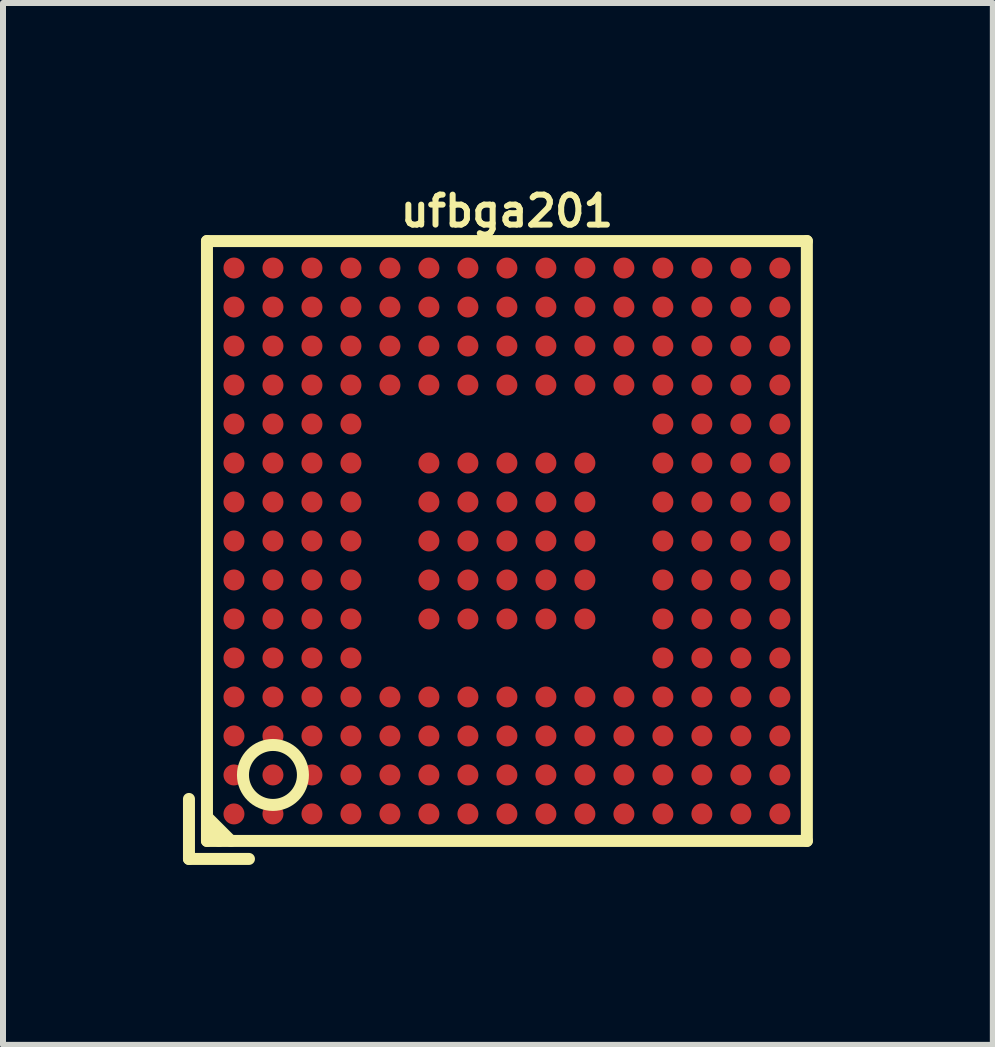
<source format=kicad_pcb>
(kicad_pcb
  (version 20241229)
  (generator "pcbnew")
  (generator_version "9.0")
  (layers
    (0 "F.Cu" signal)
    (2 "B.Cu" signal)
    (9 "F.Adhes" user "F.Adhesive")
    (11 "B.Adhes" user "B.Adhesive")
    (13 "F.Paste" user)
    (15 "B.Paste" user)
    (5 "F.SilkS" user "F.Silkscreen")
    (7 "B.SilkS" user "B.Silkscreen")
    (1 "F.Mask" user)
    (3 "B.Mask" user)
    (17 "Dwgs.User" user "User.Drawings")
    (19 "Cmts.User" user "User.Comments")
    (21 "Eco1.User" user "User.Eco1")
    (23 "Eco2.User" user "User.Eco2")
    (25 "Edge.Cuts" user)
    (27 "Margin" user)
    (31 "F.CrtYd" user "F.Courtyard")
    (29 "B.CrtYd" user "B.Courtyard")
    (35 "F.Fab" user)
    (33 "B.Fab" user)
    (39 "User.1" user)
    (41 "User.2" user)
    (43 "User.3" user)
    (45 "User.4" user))
  (footprint "ufbga201"
    (layer "F.Cu")
    (at 5.4 5.968)
    (property "Reference" "ufbga201" (at 0 -5.5 0) (layer "F.SilkS") (effects (font (size 0.5 0.5) (thickness 0.1))))
    (attr through_hole)
    (fp_line (start -5.3 5.3) (end -5.3 4.3) (stroke (width 0.2) (type solid)) (layer "F.SilkS"))
    (fp_line (start -5 -5) (end -5 5) (stroke (width 0.2) (type solid)) (layer "F.SilkS"))
    (fp_line (start -5 4.6) (end -4.6 5) (stroke (width 0.2) (type solid)) (layer "F.SilkS"))
    (fp_line (start -5 5) (end 5 5) (stroke (width 0.2) (type solid)) (layer "F.SilkS"))
    (fp_line (start -4.8 5) (end -5 4.8) (stroke (width 0.2) (type solid)) (layer "F.SilkS"))
    (fp_line (start -4.3 5.3) (end -5.3 5.3) (stroke (width 0.2) (type solid)) (layer "F.SilkS"))
    (fp_line (start 5 -5) (end -5 -5) (stroke (width 0.2) (type solid)) (layer "F.SilkS"))
    (fp_line (start 5 5) (end 5 -5) (stroke (width 0.2) (type solid)) (layer "F.SilkS"))
    (fp_circle (center -3.9 3.9) (end -4.3 4.2) (stroke (width 0.2) (type solid)) (fill no) (layer "F.SilkS"))
    (pad "A1" smd circle (at -4.55 4.55) (size 0.35 0.35) (layers "F.Cu" "F.Mask" "F.Paste"))
    (pad "A2" smd circle (at -4.55 3.9) (size 0.35 0.35) (layers "F.Cu" "F.Mask" "F.Paste"))
    (pad "A3" smd circle (at -4.55 3.25) (size 0.35 0.35) (layers "F.Cu" "F.Mask" "F.Paste"))
    (pad "A4" smd circle (at -4.55 2.6) (size 0.35 0.35) (layers "F.Cu" "F.Mask" "F.Paste"))
    (pad "A5" smd circle (at -4.55 1.95) (size 0.35 0.35) (layers "F.Cu" "F.Mask" "F.Paste"))
    (pad "A6" smd circle (at -4.55 1.3) (size 0.35 0.35) (layers "F.Cu" "F.Mask" "F.Paste"))
    (pad "A7" smd circle (at -4.55 0.65) (size 0.35 0.35) (layers "F.Cu" "F.Mask" "F.Paste"))
    (pad "A8" smd circle (at -4.55 0) (size 0.35 0.35) (layers "F.Cu" "F.Mask" "F.Paste"))
    (pad "A9" smd circle (at -4.55 -0.65) (size 0.35 0.35) (layers "F.Cu" "F.Mask" "F.Paste"))
    (pad "A10" smd circle (at -4.55 -1.3) (size 0.35 0.35) (layers "F.Cu" "F.Mask" "F.Paste"))
    (pad "A11" smd circle (at -4.55 -1.95) (size 0.35 0.35) (layers "F.Cu" "F.Mask" "F.Paste"))
    (pad "A12" smd circle (at -4.55 -2.6) (size 0.35 0.35) (layers "F.Cu" "F.Mask" "F.Paste"))
    (pad "A13" smd circle (at -4.55 -3.25) (size 0.35 0.35) (layers "F.Cu" "F.Mask" "F.Paste"))
    (pad "A14" smd circle (at -4.55 -3.9) (size 0.35 0.35) (layers "F.Cu" "F.Mask" "F.Paste"))
    (pad "A15" smd circle (at -4.55 -4.55) (size 0.35 0.35) (layers "F.Cu" "F.Mask" "F.Paste"))
    (pad "B1" smd circle (at -3.9 4.55) (size 0.35 0.35) (layers "F.Cu" "F.Mask" "F.Paste"))
    (pad "B2" smd circle (at -3.9 3.9) (size 0.35 0.35) (layers "F.Cu" "F.Mask" "F.Paste"))
    (pad "B3" smd circle (at -3.9 3.25) (size 0.35 0.35) (layers "F.Cu" "F.Mask" "F.Paste"))
    (pad "B4" smd circle (at -3.9 2.6) (size 0.35 0.35) (layers "F.Cu" "F.Mask" "F.Paste"))
    (pad "B5" smd circle (at -3.9 1.95) (size 0.35 0.35) (layers "F.Cu" "F.Mask" "F.Paste"))
    (pad "B6" smd circle (at -3.9 1.3) (size 0.35 0.35) (layers "F.Cu" "F.Mask" "F.Paste"))
    (pad "B7" smd circle (at -3.9 0.65) (size 0.35 0.35) (layers "F.Cu" "F.Mask" "F.Paste"))
    (pad "B8" smd circle (at -3.9 0) (size 0.35 0.35) (layers "F.Cu" "F.Mask" "F.Paste"))
    (pad "B9" smd circle (at -3.9 -0.65) (size 0.35 0.35) (layers "F.Cu" "F.Mask" "F.Paste"))
    (pad "B10" smd circle (at -3.9 -1.3) (size 0.35 0.35) (layers "F.Cu" "F.Mask" "F.Paste"))
    (pad "B11" smd circle (at -3.9 -1.95) (size 0.35 0.35) (layers "F.Cu" "F.Mask" "F.Paste"))
    (pad "B12" smd circle (at -3.9 -2.6) (size 0.35 0.35) (layers "F.Cu" "F.Mask" "F.Paste"))
    (pad "B13" smd circle (at -3.9 -3.25) (size 0.35 0.35) (layers "F.Cu" "F.Mask" "F.Paste"))
    (pad "B14" smd circle (at -3.9 -3.9) (size 0.35 0.35) (layers "F.Cu" "F.Mask" "F.Paste"))
    (pad "B15" smd circle (at -3.9 -4.55) (size 0.35 0.35) (layers "F.Cu" "F.Mask" "F.Paste"))
    (pad "C1" smd circle (at -3.25 4.55) (size 0.35 0.35) (layers "F.Cu" "F.Mask" "F.Paste"))
    (pad "C2" smd circle (at -3.25 3.9) (size 0.35 0.35) (layers "F.Cu" "F.Mask" "F.Paste"))
    (pad "C3" smd circle (at -3.25 3.25) (size 0.35 0.35) (layers "F.Cu" "F.Mask" "F.Paste"))
    (pad "C4" smd circle (at -3.25 2.6) (size 0.35 0.35) (layers "F.Cu" "F.Mask" "F.Paste"))
    (pad "C5" smd circle (at -3.25 1.95) (size 0.35 0.35) (layers "F.Cu" "F.Mask" "F.Paste"))
    (pad "C6" smd circle (at -3.25 1.3) (size 0.35 0.35) (layers "F.Cu" "F.Mask" "F.Paste"))
    (pad "C7" smd circle (at -3.25 0.65) (size 0.35 0.35) (layers "F.Cu" "F.Mask" "F.Paste"))
    (pad "C8" smd circle (at -3.25 0) (size 0.35 0.35) (layers "F.Cu" "F.Mask" "F.Paste"))
    (pad "C9" smd circle (at -3.25 -0.65) (size 0.35 0.35) (layers "F.Cu" "F.Mask" "F.Paste"))
    (pad "C10" smd circle (at -3.25 -1.3) (size 0.35 0.35) (layers "F.Cu" "F.Mask" "F.Paste"))
    (pad "C11" smd circle (at -3.25 -1.95) (size 0.35 0.35) (layers "F.Cu" "F.Mask" "F.Paste"))
    (pad "C12" smd circle (at -3.25 -2.6) (size 0.35 0.35) (layers "F.Cu" "F.Mask" "F.Paste"))
    (pad "C13" smd circle (at -3.25 -3.25) (size 0.35 0.35) (layers "F.Cu" "F.Mask" "F.Paste"))
    (pad "C14" smd circle (at -3.25 -3.9) (size 0.35 0.35) (layers "F.Cu" "F.Mask" "F.Paste"))
    (pad "C15" smd circle (at -3.25 -4.55) (size 0.35 0.35) (layers "F.Cu" "F.Mask" "F.Paste"))
    (pad "D1" smd circle (at -2.6 4.55) (size 0.35 0.35) (layers "F.Cu" "F.Mask" "F.Paste"))
    (pad "D2" smd circle (at -2.6 3.9) (size 0.35 0.35) (layers "F.Cu" "F.Mask" "F.Paste"))
    (pad "D3" smd circle (at -2.6 3.25) (size 0.35 0.35) (layers "F.Cu" "F.Mask" "F.Paste"))
    (pad "D4" smd circle (at -2.6 2.6) (size 0.35 0.35) (layers "F.Cu" "F.Mask" "F.Paste"))
    (pad "D5" smd circle (at -2.6 1.95) (size 0.35 0.35) (layers "F.Cu" "F.Mask" "F.Paste"))
    (pad "D6" smd circle (at -2.6 1.3) (size 0.35 0.35) (layers "F.Cu" "F.Mask" "F.Paste"))
    (pad "D7" smd circle (at -2.6 0.65) (size 0.35 0.35) (layers "F.Cu" "F.Mask" "F.Paste"))
    (pad "D8" smd circle (at -2.6 0) (size 0.35 0.35) (layers "F.Cu" "F.Mask" "F.Paste"))
    (pad "D9" smd circle (at -2.6 -0.65) (size 0.35 0.35) (layers "F.Cu" "F.Mask" "F.Paste"))
    (pad "D10" smd circle (at -2.6 -1.3) (size 0.35 0.35) (layers "F.Cu" "F.Mask" "F.Paste"))
    (pad "D11" smd circle (at -2.6 -1.95) (size 0.35 0.35) (layers "F.Cu" "F.Mask" "F.Paste"))
    (pad "D12" smd circle (at -2.6 -2.6) (size 0.35 0.35) (layers "F.Cu" "F.Mask" "F.Paste"))
    (pad "D13" smd circle (at -2.6 -3.25) (size 0.35 0.35) (layers "F.Cu" "F.Mask" "F.Paste"))
    (pad "D14" smd circle (at -2.6 -3.9) (size 0.35 0.35) (layers "F.Cu" "F.Mask" "F.Paste"))
    (pad "D15" smd circle (at -2.6 -4.55) (size 0.35 0.35) (layers "F.Cu" "F.Mask" "F.Paste"))
    (pad "E1" smd circle (at -1.95 4.55) (size 0.35 0.35) (layers "F.Cu" "F.Mask" "F.Paste"))
    (pad "E2" smd circle (at -1.95 3.9) (size 0.35 0.35) (layers "F.Cu" "F.Mask" "F.Paste"))
    (pad "E3" smd circle (at -1.95 3.25) (size 0.35 0.35) (layers "F.Cu" "F.Mask" "F.Paste"))
    (pad "E4" smd circle (at -1.95 2.6) (size 0.35 0.35) (layers "F.Cu" "F.Mask" "F.Paste"))
    (pad "E12" smd circle (at -1.95 -2.6) (size 0.35 0.35) (layers "F.Cu" "F.Mask" "F.Paste"))
    (pad "E13" smd circle (at -1.95 -3.25) (size 0.35 0.35) (layers "F.Cu" "F.Mask" "F.Paste"))
    (pad "E14" smd circle (at -1.95 -3.9) (size 0.35 0.35) (layers "F.Cu" "F.Mask" "F.Paste"))
    (pad "E15" smd circle (at -1.95 -4.55) (size 0.35 0.35) (layers "F.Cu" "F.Mask" "F.Paste"))
    (pad "F1" smd circle (at -1.3 4.55) (size 0.35 0.35) (layers "F.Cu" "F.Mask" "F.Paste"))
    (pad "F2" smd circle (at -1.3 3.9) (size 0.35 0.35) (layers "F.Cu" "F.Mask" "F.Paste"))
    (pad "F3" smd circle (at -1.3 3.25) (size 0.35 0.35) (layers "F.Cu" "F.Mask" "F.Paste"))
    (pad "F4" smd circle (at -1.3 2.6) (size 0.35 0.35) (layers "F.Cu" "F.Mask" "F.Paste"))
    (pad "F6" smd circle (at -1.3 1.3) (size 0.35 0.35) (layers "F.Cu" "F.Mask" "F.Paste"))
    (pad "F7" smd circle (at -1.3 0.65) (size 0.35 0.35) (layers "F.Cu" "F.Mask" "F.Paste"))
    (pad "F8" smd circle (at -1.3 0) (size 0.35 0.35) (layers "F.Cu" "F.Mask" "F.Paste"))
    (pad "F9" smd circle (at -1.3 -0.65) (size 0.35 0.35) (layers "F.Cu" "F.Mask" "F.Paste"))
    (pad "F10" smd circle (at -1.3 -1.3) (size 0.35 0.35) (layers "F.Cu" "F.Mask" "F.Paste"))
    (pad "F12" smd circle (at -1.3 -2.6) (size 0.35 0.35) (layers "F.Cu" "F.Mask" "F.Paste"))
    (pad "F13" smd circle (at -1.3 -3.25) (size 0.35 0.35) (layers "F.Cu" "F.Mask" "F.Paste"))
    (pad "F14" smd circle (at -1.3 -3.9) (size 0.35 0.35) (layers "F.Cu" "F.Mask" "F.Paste"))
    (pad "F15" smd circle (at -1.3 -4.55) (size 0.35 0.35) (layers "F.Cu" "F.Mask" "F.Paste"))
    (pad "G1" smd circle (at -0.65 4.55) (size 0.35 0.35) (layers "F.Cu" "F.Mask" "F.Paste"))
    (pad "G2" smd circle (at -0.65 3.9) (size 0.35 0.35) (layers "F.Cu" "F.Mask" "F.Paste"))
    (pad "G3" smd circle (at -0.65 3.25) (size 0.35 0.35) (layers "F.Cu" "F.Mask" "F.Paste"))
    (pad "G4" smd circle (at -0.65 2.6) (size 0.35 0.35) (layers "F.Cu" "F.Mask" "F.Paste"))
    (pad "G6" smd circle (at -0.65 1.3) (size 0.35 0.35) (layers "F.Cu" "F.Mask" "F.Paste"))
    (pad "G7" smd circle (at -0.65 0.65) (size 0.35 0.35) (layers "F.Cu" "F.Mask" "F.Paste"))
    (pad "G8" smd circle (at -0.65 0) (size 0.35 0.35) (layers "F.Cu" "F.Mask" "F.Paste"))
    (pad "G9" smd circle (at -0.65 -0.65) (size 0.35 0.35) (layers "F.Cu" "F.Mask" "F.Paste"))
    (pad "G10" smd circle (at -0.65 -1.3) (size 0.35 0.35) (layers "F.Cu" "F.Mask" "F.Paste"))
    (pad "G12" smd circle (at -0.65 -2.6) (size 0.35 0.35) (layers "F.Cu" "F.Mask" "F.Paste"))
    (pad "G13" smd circle (at -0.65 -3.25) (size 0.35 0.35) (layers "F.Cu" "F.Mask" "F.Paste"))
    (pad "G14" smd circle (at -0.65 -3.9) (size 0.35 0.35) (layers "F.Cu" "F.Mask" "F.Paste"))
    (pad "G15" smd circle (at -0.65 -4.55) (size 0.35 0.35) (layers "F.Cu" "F.Mask" "F.Paste"))
    (pad "H1" smd circle (at 0 4.55) (size 0.35 0.35) (layers "F.Cu" "F.Mask" "F.Paste"))
    (pad "H2" smd circle (at 0 3.9) (size 0.35 0.35) (layers "F.Cu" "F.Mask" "F.Paste"))
    (pad "H3" smd circle (at 0 3.25) (size 0.35 0.35) (layers "F.Cu" "F.Mask" "F.Paste"))
    (pad "H4" smd circle (at 0 2.6) (size 0.35 0.35) (layers "F.Cu" "F.Mask" "F.Paste"))
    (pad "H6" smd circle (at 0 1.3) (size 0.35 0.35) (layers "F.Cu" "F.Mask" "F.Paste"))
    (pad "H7" smd circle (at 0 0.65) (size 0.35 0.35) (layers "F.Cu" "F.Mask" "F.Paste"))
    (pad "H8" smd circle (at 0 0) (size 0.35 0.35) (layers "F.Cu" "F.Mask" "F.Paste"))
    (pad "H9" smd circle (at 0 -0.65) (size 0.35 0.35) (layers "F.Cu" "F.Mask" "F.Paste"))
    (pad "H10" smd circle (at 0 -1.3) (size 0.35 0.35) (layers "F.Cu" "F.Mask" "F.Paste"))
    (pad "H12" smd circle (at 0 -2.6) (size 0.35 0.35) (layers "F.Cu" "F.Mask" "F.Paste"))
    (pad "H13" smd circle (at 0 -3.25) (size 0.35 0.35) (layers "F.Cu" "F.Mask" "F.Paste"))
    (pad "H14" smd circle (at 0 -3.9) (size 0.35 0.35) (layers "F.Cu" "F.Mask" "F.Paste"))
    (pad "H15" smd circle (at 0 -4.55) (size 0.35 0.35) (layers "F.Cu" "F.Mask" "F.Paste"))
    (pad "J1" smd circle (at 0.65 4.55) (size 0.35 0.35) (layers "F.Cu" "F.Mask" "F.Paste"))
    (pad "J2" smd circle (at 0.65 3.9) (size 0.35 0.35) (layers "F.Cu" "F.Mask" "F.Paste"))
    (pad "J3" smd circle (at 0.65 3.25) (size 0.35 0.35) (layers "F.Cu" "F.Mask" "F.Paste"))
    (pad "J4" smd circle (at 0.65 2.6) (size 0.35 0.35) (layers "F.Cu" "F.Mask" "F.Paste"))
    (pad "J6" smd circle (at 0.65 1.3) (size 0.35 0.35) (layers "F.Cu" "F.Mask" "F.Paste"))
    (pad "J7" smd circle (at 0.65 0.65) (size 0.35 0.35) (layers "F.Cu" "F.Mask" "F.Paste"))
    (pad "J8" smd circle (at 0.65 0) (size 0.35 0.35) (layers "F.Cu" "F.Mask" "F.Paste"))
    (pad "J9" smd circle (at 0.65 -0.65) (size 0.35 0.35) (layers "F.Cu" "F.Mask" "F.Paste"))
    (pad "J10" smd circle (at 0.65 -1.3) (size 0.35 0.35) (layers "F.Cu" "F.Mask" "F.Paste"))
    (pad "J12" smd circle (at 0.65 -2.6) (size 0.35 0.35) (layers "F.Cu" "F.Mask" "F.Paste"))
    (pad "J13" smd circle (at 0.65 -3.25) (size 0.35 0.35) (layers "F.Cu" "F.Mask" "F.Paste"))
    (pad "J14" smd circle (at 0.65 -3.9) (size 0.35 0.35) (layers "F.Cu" "F.Mask" "F.Paste"))
    (pad "J15" smd circle (at 0.65 -4.55) (size 0.35 0.35) (layers "F.Cu" "F.Mask" "F.Paste"))
    (pad "K1" smd circle (at 1.3 4.55) (size 0.35 0.35) (layers "F.Cu" "F.Mask" "F.Paste"))
    (pad "K2" smd circle (at 1.3 3.9) (size 0.35 0.35) (layers "F.Cu" "F.Mask" "F.Paste"))
    (pad "K3" smd circle (at 1.3 3.25) (size 0.35 0.35) (layers "F.Cu" "F.Mask" "F.Paste"))
    (pad "K4" smd circle (at 1.3 2.6) (size 0.35 0.35) (layers "F.Cu" "F.Mask" "F.Paste"))
    (pad "K6" smd circle (at 1.3 1.3) (size 0.35 0.35) (layers "F.Cu" "F.Mask" "F.Paste"))
    (pad "K7" smd circle (at 1.3 0.65) (size 0.35 0.35) (layers "F.Cu" "F.Mask" "F.Paste"))
    (pad "K8" smd circle (at 1.3 0) (size 0.35 0.35) (layers "F.Cu" "F.Mask" "F.Paste"))
    (pad "K9" smd circle (at 1.3 -0.65) (size 0.35 0.35) (layers "F.Cu" "F.Mask" "F.Paste"))
    (pad "K10" smd circle (at 1.3 -1.3) (size 0.35 0.35) (layers "F.Cu" "F.Mask" "F.Paste"))
    (pad "K12" smd circle (at 1.3 -2.6) (size 0.35 0.35) (layers "F.Cu" "F.Mask" "F.Paste"))
    (pad "K13" smd circle (at 1.3 -3.25) (size 0.35 0.35) (layers "F.Cu" "F.Mask" "F.Paste"))
    (pad "K14" smd circle (at 1.3 -3.9) (size 0.35 0.35) (layers "F.Cu" "F.Mask" "F.Paste"))
    (pad "K15" smd circle (at 1.3 -4.55) (size 0.35 0.35) (layers "F.Cu" "F.Mask" "F.Paste"))
    (pad "L1" smd circle (at 1.95 4.55) (size 0.35 0.35) (layers "F.Cu" "F.Mask" "F.Paste"))
    (pad "L2" smd circle (at 1.95 3.9) (size 0.35 0.35) (layers "F.Cu" "F.Mask" "F.Paste"))
    (pad "L3" smd circle (at 1.95 3.25) (size 0.35 0.35) (layers "F.Cu" "F.Mask" "F.Paste"))
    (pad "L4" smd circle (at 1.95 2.6) (size 0.35 0.35) (layers "F.Cu" "F.Mask" "F.Paste"))
    (pad "L12" smd circle (at 1.95 -2.6) (size 0.35 0.35) (layers "F.Cu" "F.Mask" "F.Paste"))
    (pad "L13" smd circle (at 1.95 -3.25) (size 0.35 0.35) (layers "F.Cu" "F.Mask" "F.Paste"))
    (pad "L14" smd circle (at 1.95 -3.9) (size 0.35 0.35) (layers "F.Cu" "F.Mask" "F.Paste"))
    (pad "L15" smd circle (at 1.95 -4.55) (size 0.35 0.35) (layers "F.Cu" "F.Mask" "F.Paste"))
    (pad "M1" smd circle (at 2.6 4.55) (size 0.35 0.35) (layers "F.Cu" "F.Mask" "F.Paste"))
    (pad "M2" smd circle (at 2.6 3.9) (size 0.35 0.35) (layers "F.Cu" "F.Mask" "F.Paste"))
    (pad "M3" smd circle (at 2.6 3.25) (size 0.35 0.35) (layers "F.Cu" "F.Mask" "F.Paste"))
    (pad "M4" smd circle (at 2.6 2.6) (size 0.35 0.35) (layers "F.Cu" "F.Mask" "F.Paste"))
    (pad "M5" smd circle (at 2.6 1.95) (size 0.35 0.35) (layers "F.Cu" "F.Mask" "F.Paste"))
    (pad "M6" smd circle (at 2.6 1.3) (size 0.35 0.35) (layers "F.Cu" "F.Mask" "F.Paste"))
    (pad "M7" smd circle (at 2.6 0.65) (size 0.35 0.35) (layers "F.Cu" "F.Mask" "F.Paste"))
    (pad "M8" smd circle (at 2.6 0) (size 0.35 0.35) (layers "F.Cu" "F.Mask" "F.Paste"))
    (pad "M9" smd circle (at 2.6 -0.65) (size 0.35 0.35) (layers "F.Cu" "F.Mask" "F.Paste"))
    (pad "M10" smd circle (at 2.6 -1.3) (size 0.35 0.35) (layers "F.Cu" "F.Mask" "F.Paste"))
    (pad "M11" smd circle (at 2.6 -1.95) (size 0.35 0.35) (layers "F.Cu" "F.Mask" "F.Paste"))
    (pad "M12" smd circle (at 2.6 -2.6) (size 0.35 0.35) (layers "F.Cu" "F.Mask" "F.Paste"))
    (pad "M13" smd circle (at 2.6 -3.25) (size 0.35 0.35) (layers "F.Cu" "F.Mask" "F.Paste"))
    (pad "M14" smd circle (at 2.6 -3.9) (size 0.35 0.35) (layers "F.Cu" "F.Mask" "F.Paste"))
    (pad "M15" smd circle (at 2.6 -4.55) (size 0.35 0.35) (layers "F.Cu" "F.Mask" "F.Paste"))
    (pad "N1" smd circle (at 3.25 4.55) (size 0.35 0.35) (layers "F.Cu" "F.Mask" "F.Paste"))
    (pad "N2" smd circle (at 3.25 3.9) (size 0.35 0.35) (layers "F.Cu" "F.Mask" "F.Paste"))
    (pad "N3" smd circle (at 3.25 3.25) (size 0.35 0.35) (layers "F.Cu" "F.Mask" "F.Paste"))
    (pad "N4" smd circle (at 3.25 2.6) (size 0.35 0.35) (layers "F.Cu" "F.Mask" "F.Paste"))
    (pad "N5" smd circle (at 3.25 1.95) (size 0.35 0.35) (layers "F.Cu" "F.Mask" "F.Paste"))
    (pad "N6" smd circle (at 3.25 1.3) (size 0.35 0.35) (layers "F.Cu" "F.Mask" "F.Paste"))
    (pad "N7" smd circle (at 3.25 0.65) (size 0.35 0.35) (layers "F.Cu" "F.Mask" "F.Paste"))
    (pad "N8" smd circle (at 3.25 0) (size 0.35 0.35) (layers "F.Cu" "F.Mask" "F.Paste"))
    (pad "N9" smd circle (at 3.25 -0.65) (size 0.35 0.35) (layers "F.Cu" "F.Mask" "F.Paste"))
    (pad "N10" smd circle (at 3.25 -1.3) (size 0.35 0.35) (layers "F.Cu" "F.Mask" "F.Paste"))
    (pad "N11" smd circle (at 3.25 -1.95) (size 0.35 0.35) (layers "F.Cu" "F.Mask" "F.Paste"))
    (pad "N12" smd circle (at 3.25 -2.6) (size 0.35 0.35) (layers "F.Cu" "F.Mask" "F.Paste"))
    (pad "N13" smd circle (at 3.25 -3.25) (size 0.35 0.35) (layers "F.Cu" "F.Mask" "F.Paste"))
    (pad "N14" smd circle (at 3.25 -3.9) (size 0.35 0.35) (layers "F.Cu" "F.Mask" "F.Paste"))
    (pad "N15" smd circle (at 3.25 -4.55) (size 0.35 0.35) (layers "F.Cu" "F.Mask" "F.Paste"))
    (pad "P1" smd circle (at 3.9 4.55) (size 0.35 0.35) (layers "F.Cu" "F.Mask" "F.Paste"))
    (pad "P2" smd circle (at 3.9 3.9) (size 0.35 0.35) (layers "F.Cu" "F.Mask" "F.Paste"))
    (pad "P3" smd circle (at 3.9 3.25) (size 0.35 0.35) (layers "F.Cu" "F.Mask" "F.Paste"))
    (pad "P4" smd circle (at 3.9 2.6) (size 0.35 0.35) (layers "F.Cu" "F.Mask" "F.Paste"))
    (pad "P5" smd circle (at 3.9 1.95) (size 0.35 0.35) (layers "F.Cu" "F.Mask" "F.Paste"))
    (pad "P6" smd circle (at 3.9 1.3) (size 0.35 0.35) (layers "F.Cu" "F.Mask" "F.Paste"))
    (pad "P7" smd circle (at 3.9 0.65) (size 0.35 0.35) (layers "F.Cu" "F.Mask" "F.Paste"))
    (pad "P8" smd circle (at 3.9 0) (size 0.35 0.35) (layers "F.Cu" "F.Mask" "F.Paste"))
    (pad "P9" smd circle (at 3.9 -0.65) (size 0.35 0.35) (layers "F.Cu" "F.Mask" "F.Paste"))
    (pad "P10" smd circle (at 3.9 -1.3) (size 0.35 0.35) (layers "F.Cu" "F.Mask" "F.Paste"))
    (pad "P11" smd circle (at 3.9 -1.95) (size 0.35 0.35) (layers "F.Cu" "F.Mask" "F.Paste"))
    (pad "P12" smd circle (at 3.9 -2.6) (size 0.35 0.35) (layers "F.Cu" "F.Mask" "F.Paste"))
    (pad "P13" smd circle (at 3.9 -3.25) (size 0.35 0.35) (layers "F.Cu" "F.Mask" "F.Paste"))
    (pad "P14" smd circle (at 3.9 -3.9) (size 0.35 0.35) (layers "F.Cu" "F.Mask" "F.Paste"))
    (pad "P15" smd circle (at 3.9 -4.55) (size 0.35 0.35) (layers "F.Cu" "F.Mask" "F.Paste"))
    (pad "R1" smd circle (at 4.55 4.55) (size 0.35 0.35) (layers "F.Cu" "F.Mask" "F.Paste"))
    (pad "R2" smd circle (at 4.55 3.9) (size 0.35 0.35) (layers "F.Cu" "F.Mask" "F.Paste"))
    (pad "R3" smd circle (at 4.55 3.25) (size 0.35 0.35) (layers "F.Cu" "F.Mask" "F.Paste"))
    (pad "R4" smd circle (at 4.55 2.6) (size 0.35 0.35) (layers "F.Cu" "F.Mask" "F.Paste"))
    (pad "R5" smd circle (at 4.55 1.95) (size 0.35 0.35) (layers "F.Cu" "F.Mask" "F.Paste"))
    (pad "R6" smd circle (at 4.55 1.3) (size 0.35 0.35) (layers "F.Cu" "F.Mask" "F.Paste"))
    (pad "R7" smd circle (at 4.55 0.65) (size 0.35 0.35) (layers "F.Cu" "F.Mask" "F.Paste"))
    (pad "R8" smd circle (at 4.55 0) (size 0.35 0.35) (layers "F.Cu" "F.Mask" "F.Paste"))
    (pad "R9" smd circle (at 4.55 -0.65) (size 0.35 0.35) (layers "F.Cu" "F.Mask" "F.Paste"))
    (pad "R10" smd circle (at 4.55 -1.3) (size 0.35 0.35) (layers "F.Cu" "F.Mask" "F.Paste"))
    (pad "R11" smd circle (at 4.55 -1.95) (size 0.35 0.35) (layers "F.Cu" "F.Mask" "F.Paste"))
    (pad "R12" smd circle (at 4.55 -2.6) (size 0.35 0.35) (layers "F.Cu" "F.Mask" "F.Paste"))
    (pad "R13" smd circle (at 4.55 -3.25) (size 0.35 0.35) (layers "F.Cu" "F.Mask" "F.Paste"))
    (pad "R14" smd circle (at 4.55 -3.9) (size 0.35 0.35) (layers "F.Cu" "F.Mask" "F.Paste"))
    (pad "R15" smd circle (at 4.55 -4.55) (size 0.35 0.35) (layers "F.Cu" "F.Mask" "F.Paste")))
  (gr_rect
    (start -3 -3)
    (end 13.5 14.368)
    (stroke (width 0.1) (type default))
    (fill no)
    (layer "Edge.Cuts")))
</source>
